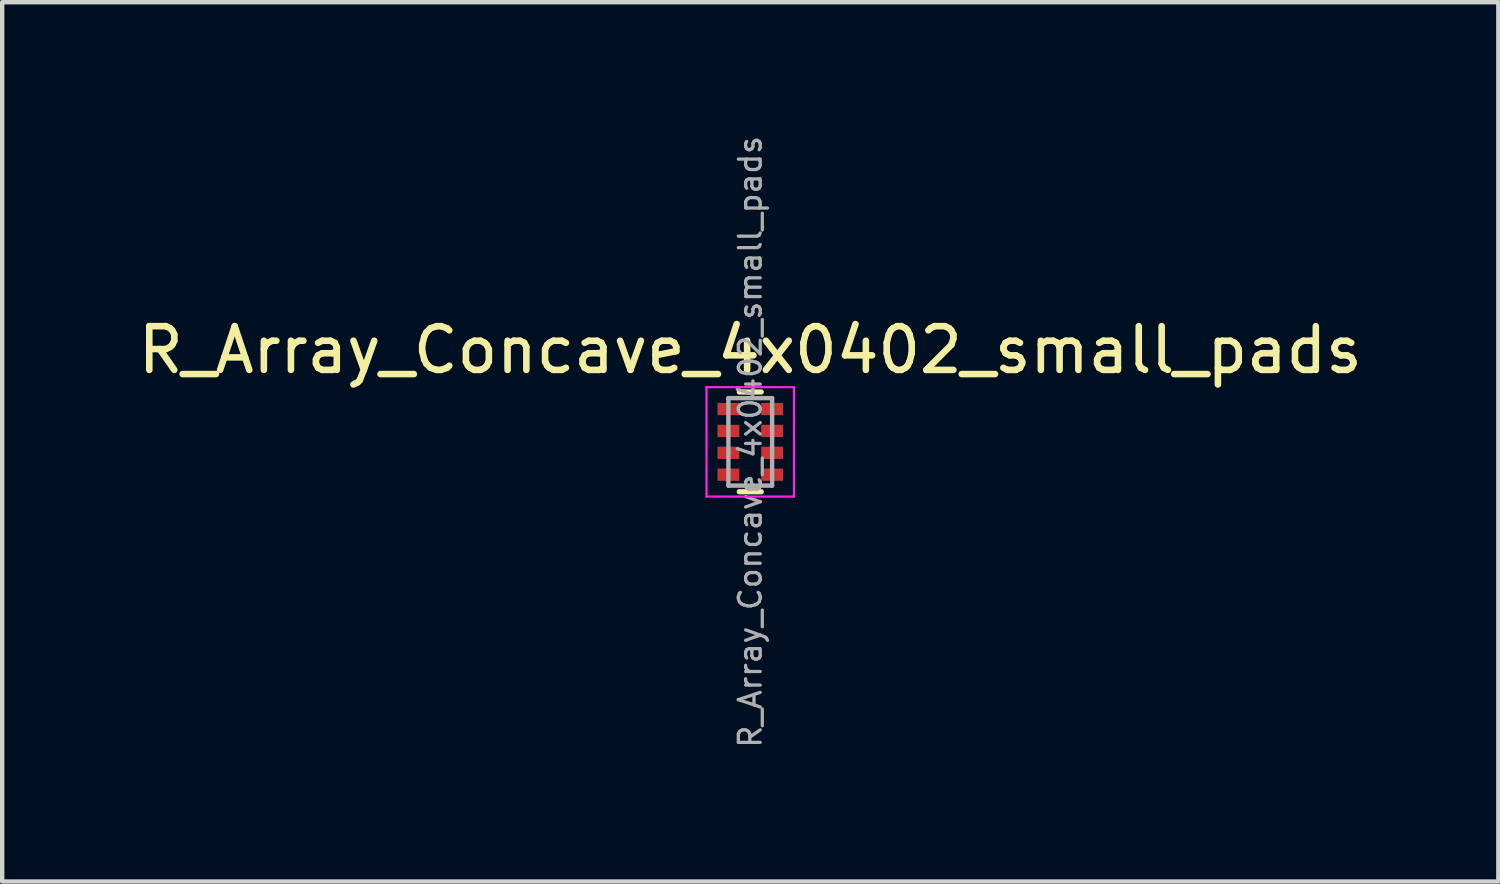
<source format=kicad_pcb>
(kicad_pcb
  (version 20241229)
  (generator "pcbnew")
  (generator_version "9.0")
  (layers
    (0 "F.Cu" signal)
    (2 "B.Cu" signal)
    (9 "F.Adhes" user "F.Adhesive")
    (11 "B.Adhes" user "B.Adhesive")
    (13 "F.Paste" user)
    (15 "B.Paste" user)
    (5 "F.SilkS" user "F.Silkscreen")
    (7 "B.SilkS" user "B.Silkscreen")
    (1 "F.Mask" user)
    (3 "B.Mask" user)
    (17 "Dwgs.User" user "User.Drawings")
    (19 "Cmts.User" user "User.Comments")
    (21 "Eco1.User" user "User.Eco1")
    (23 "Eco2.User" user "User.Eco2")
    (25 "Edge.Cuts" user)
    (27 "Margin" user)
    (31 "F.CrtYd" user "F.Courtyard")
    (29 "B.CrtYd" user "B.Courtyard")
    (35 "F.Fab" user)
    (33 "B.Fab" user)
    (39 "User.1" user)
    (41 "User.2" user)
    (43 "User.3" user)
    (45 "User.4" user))
  (footprint "R_Array_Concave_4x0402_small_pads"
    (layer "F.Cu")
    (at 14.101 7.051)
    (property "Reference" "R_Array_Concave_4x0402_small_pads" (at 0 -2.1 0) (layer "F.SilkS") (effects (font (size 1 1) (thickness 0.15))))
    (attr smd)
    (fp_line (start 0.25 -1.14) (end -0.25 -1.14) (stroke (width 0.12) (type solid)) (layer "F.SilkS"))
    (fp_line (start 0.25 1.14) (end -0.25 1.14) (stroke (width 0.12) (type solid)) (layer "F.SilkS"))
    (fp_line (start -1 -1.25) (end -1 1.25) (stroke (width 0.05) (type solid)) (layer "F.CrtYd"))
    (fp_line (start -1 -1.25) (end 1 -1.25) (stroke (width 0.05) (type solid)) (layer "F.CrtYd"))
    (fp_line (start 1 1.25) (end -1 1.25) (stroke (width 0.05) (type solid)) (layer "F.CrtYd"))
    (fp_line (start 1 1.25) (end 1 -1.25) (stroke (width 0.05) (type solid)) (layer "F.CrtYd"))
    (fp_line (start -0.5 -1) (end 0.5 -1) (stroke (width 0.1) (type solid)) (layer "F.Fab"))
    (fp_line (start -0.5 1) (end -0.5 -1) (stroke (width 0.1) (type solid)) (layer "F.Fab"))
    (fp_line (start 0.5 -1) (end 0.5 1) (stroke (width 0.1) (type solid)) (layer "F.Fab"))
    (fp_line (start 0.5 1) (end -0.5 1) (stroke (width 0.1) (type solid)) (layer "F.Fab"))
    (fp_text user "${REFERENCE}" (at 0 0 90) (layer "F.Fab") (effects (font (size 0.5 0.5) (thickness 0.075))))
    (pad "1" smd rect (at -0.5 -0.75) (size 0.5 0.28) (layers "F.Cu" "F.Mask" "F.Paste"))
    (pad "2" smd rect (at -0.5 -0.25) (size 0.5 0.28) (layers "F.Cu" "F.Mask" "F.Paste"))
    (pad "3" smd rect (at -0.5 0.25) (size 0.5 0.28) (layers "F.Cu" "F.Mask" "F.Paste"))
    (pad "4" smd rect (at -0.5 0.75) (size 0.5 0.28) (layers "F.Cu" "F.Mask" "F.Paste"))
    (pad "5" smd rect (at 0.5 0.75) (size 0.5 0.28) (layers "F.Cu" "F.Mask" "F.Paste"))
    (pad "6" smd rect (at 0.5 0.25) (size 0.5 0.28) (layers "F.Cu" "F.Mask" "F.Paste"))
    (pad "7" smd rect (at 0.5 -0.25) (size 0.5 0.28) (layers "F.Cu" "F.Mask" "F.Paste"))
    (pad "8" smd rect (at 0.5 -0.75) (size 0.5 0.28) (layers "F.Cu" "F.Mask" "F.Paste")))
  (gr_rect
    (start -3 -3)
    (end 31.202 17.101)
    (stroke (width 0.1) (type default))
    (fill no)
    (layer "Edge.Cuts")))
</source>
